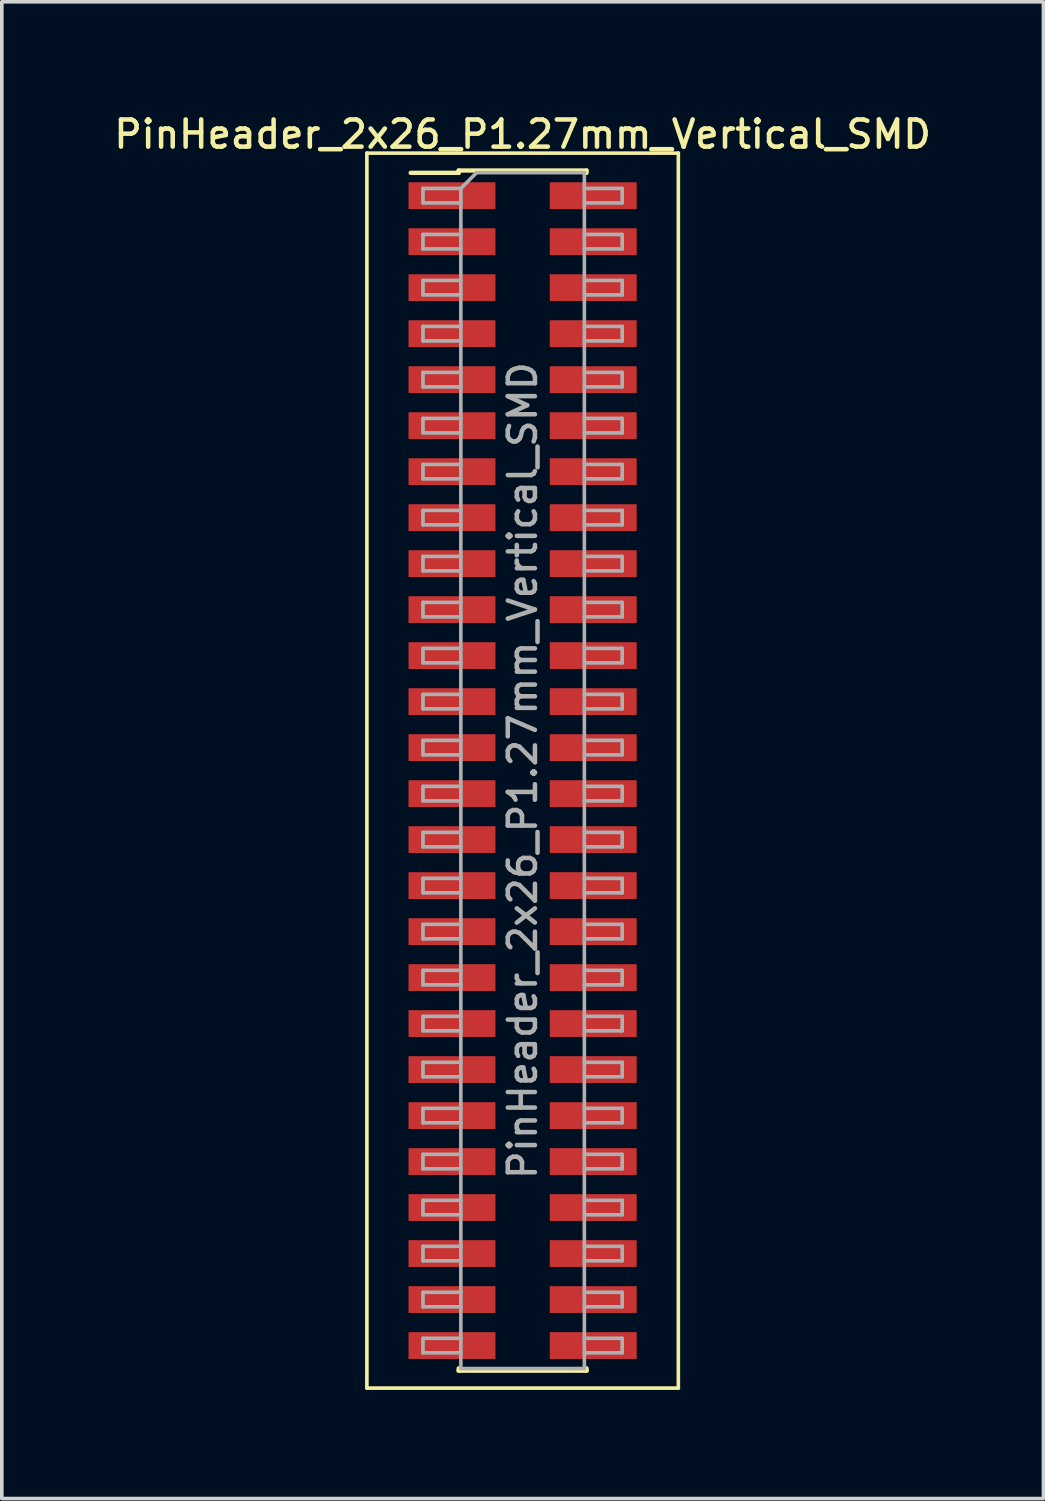
<source format=kicad_pcb>
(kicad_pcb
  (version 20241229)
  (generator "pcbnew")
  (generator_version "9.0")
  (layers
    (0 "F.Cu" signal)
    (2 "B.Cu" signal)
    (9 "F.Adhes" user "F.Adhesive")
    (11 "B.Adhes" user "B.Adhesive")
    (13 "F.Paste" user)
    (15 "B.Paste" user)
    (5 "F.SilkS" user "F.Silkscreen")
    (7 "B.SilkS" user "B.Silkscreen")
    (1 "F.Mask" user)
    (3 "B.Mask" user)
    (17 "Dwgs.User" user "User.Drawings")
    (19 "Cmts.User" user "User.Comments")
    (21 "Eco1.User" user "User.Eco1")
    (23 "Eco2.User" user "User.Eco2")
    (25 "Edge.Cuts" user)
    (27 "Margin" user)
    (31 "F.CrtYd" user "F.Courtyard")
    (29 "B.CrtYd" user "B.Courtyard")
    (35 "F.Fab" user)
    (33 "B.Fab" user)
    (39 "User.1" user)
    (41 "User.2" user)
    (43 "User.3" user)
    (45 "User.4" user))
  (footprint "PinHeader_2x26_P1.27mm_Vertical_SMD"
    (layer "F.Cu")
    (at 11.38 18.228)
    (property "Reference" "PinHeader_2x26_P1.27mm_Vertical_SMD" (at 0 -17.57 0) (layer "F.SilkS") (effects (font (size 0.75 0.75) (thickness 0.125))))
    (attr smd)
    (fp_line (start -4.3 -17.05) (end -4.3 17.05) (stroke (width 0.1) (type solid)) (layer "F.SilkS"))
    (fp_line (start -4.3 17.05) (end 4.3 17.05) (stroke (width 0.1) (type solid)) (layer "F.SilkS"))
    (fp_line (start -3.09 -16.505) (end -1.765 -16.505) (stroke (width 0.12) (type solid)) (layer "F.SilkS"))
    (fp_line (start -1.765 -16.57) (end -1.765 -16.505) (stroke (width 0.12) (type solid)) (layer "F.SilkS"))
    (fp_line (start -1.765 -16.57) (end 1.765 -16.57) (stroke (width 0.12) (type solid)) (layer "F.SilkS"))
    (fp_line (start -1.765 16.505) (end -1.765 16.57) (stroke (width 0.12) (type solid)) (layer "F.SilkS"))
    (fp_line (start -1.765 16.57) (end 1.765 16.57) (stroke (width 0.12) (type solid)) (layer "F.SilkS"))
    (fp_line (start 1.765 -16.57) (end 1.765 -16.505) (stroke (width 0.12) (type solid)) (layer "F.SilkS"))
    (fp_line (start 1.765 16.505) (end 1.765 16.57) (stroke (width 0.12) (type solid)) (layer "F.SilkS"))
    (fp_line (start 4.3 -17.05) (end -4.3 -17.05) (stroke (width 0.1) (type solid)) (layer "F.SilkS"))
    (fp_line (start 4.3 17.05) (end 4.3 -17.05) (stroke (width 0.1) (type solid)) (layer "F.SilkS"))
    (fp_line (start -2.75 -16.075) (end -2.75 -15.675) (stroke (width 0.1) (type solid)) (layer "F.Fab"))
    (fp_line (start -2.75 -15.675) (end -1.705 -15.675) (stroke (width 0.1) (type solid)) (layer "F.Fab"))
    (fp_line (start -2.75 -14.805) (end -2.75 -14.405) (stroke (width 0.1) (type solid)) (layer "F.Fab"))
    (fp_line (start -2.75 -14.405) (end -1.705 -14.405) (stroke (width 0.1) (type solid)) (layer "F.Fab"))
    (fp_line (start -2.75 -13.535) (end -2.75 -13.135) (stroke (width 0.1) (type solid)) (layer "F.Fab"))
    (fp_line (start -2.75 -13.135) (end -1.705 -13.135) (stroke (width 0.1) (type solid)) (layer "F.Fab"))
    (fp_line (start -2.75 -12.265) (end -2.75 -11.865) (stroke (width 0.1) (type solid)) (layer "F.Fab"))
    (fp_line (start -2.75 -11.865) (end -1.705 -11.865) (stroke (width 0.1) (type solid)) (layer "F.Fab"))
    (fp_line (start -2.75 -10.995) (end -2.75 -10.595) (stroke (width 0.1) (type solid)) (layer "F.Fab"))
    (fp_line (start -2.75 -10.595) (end -1.705 -10.595) (stroke (width 0.1) (type solid)) (layer "F.Fab"))
    (fp_line (start -2.75 -9.725) (end -2.75 -9.325) (stroke (width 0.1) (type solid)) (layer "F.Fab"))
    (fp_line (start -2.75 -9.325) (end -1.705 -9.325) (stroke (width 0.1) (type solid)) (layer "F.Fab"))
    (fp_line (start -2.75 -8.455) (end -2.75 -8.055) (stroke (width 0.1) (type solid)) (layer "F.Fab"))
    (fp_line (start -2.75 -8.055) (end -1.705 -8.055) (stroke (width 0.1) (type solid)) (layer "F.Fab"))
    (fp_line (start -2.75 -7.185) (end -2.75 -6.785) (stroke (width 0.1) (type solid)) (layer "F.Fab"))
    (fp_line (start -2.75 -6.785) (end -1.705 -6.785) (stroke (width 0.1) (type solid)) (layer "F.Fab"))
    (fp_line (start -2.75 -5.915) (end -2.75 -5.515) (stroke (width 0.1) (type solid)) (layer "F.Fab"))
    (fp_line (start -2.75 -5.515) (end -1.705 -5.515) (stroke (width 0.1) (type solid)) (layer "F.Fab"))
    (fp_line (start -2.75 -4.645) (end -2.75 -4.245) (stroke (width 0.1) (type solid)) (layer "F.Fab"))
    (fp_line (start -2.75 -4.245) (end -1.705 -4.245) (stroke (width 0.1) (type solid)) (layer "F.Fab"))
    (fp_line (start -2.75 -3.375) (end -2.75 -2.975) (stroke (width 0.1) (type solid)) (layer "F.Fab"))
    (fp_line (start -2.75 -2.975) (end -1.705 -2.975) (stroke (width 0.1) (type solid)) (layer "F.Fab"))
    (fp_line (start -2.75 -2.105) (end -2.75 -1.705) (stroke (width 0.1) (type solid)) (layer "F.Fab"))
    (fp_line (start -2.75 -1.705) (end -1.705 -1.705) (stroke (width 0.1) (type solid)) (layer "F.Fab"))
    (fp_line (start -2.75 -0.835) (end -2.75 -0.435) (stroke (width 0.1) (type solid)) (layer "F.Fab"))
    (fp_line (start -2.75 -0.435) (end -1.705 -0.435) (stroke (width 0.1) (type solid)) (layer "F.Fab"))
    (fp_line (start -2.75 0.435) (end -2.75 0.835) (stroke (width 0.1) (type solid)) (layer "F.Fab"))
    (fp_line (start -2.75 0.835) (end -1.705 0.835) (stroke (width 0.1) (type solid)) (layer "F.Fab"))
    (fp_line (start -2.75 1.705) (end -2.75 2.105) (stroke (width 0.1) (type solid)) (layer "F.Fab"))
    (fp_line (start -2.75 2.105) (end -1.705 2.105) (stroke (width 0.1) (type solid)) (layer "F.Fab"))
    (fp_line (start -2.75 2.975) (end -2.75 3.375) (stroke (width 0.1) (type solid)) (layer "F.Fab"))
    (fp_line (start -2.75 3.375) (end -1.705 3.375) (stroke (width 0.1) (type solid)) (layer "F.Fab"))
    (fp_line (start -2.75 4.245) (end -2.75 4.645) (stroke (width 0.1) (type solid)) (layer "F.Fab"))
    (fp_line (start -2.75 4.645) (end -1.705 4.645) (stroke (width 0.1) (type solid)) (layer "F.Fab"))
    (fp_line (start -2.75 5.515) (end -2.75 5.915) (stroke (width 0.1) (type solid)) (layer "F.Fab"))
    (fp_line (start -2.75 5.915) (end -1.705 5.915) (stroke (width 0.1) (type solid)) (layer "F.Fab"))
    (fp_line (start -2.75 6.785) (end -2.75 7.185) (stroke (width 0.1) (type solid)) (layer "F.Fab"))
    (fp_line (start -2.75 7.185) (end -1.705 7.185) (stroke (width 0.1) (type solid)) (layer "F.Fab"))
    (fp_line (start -2.75 8.055) (end -2.75 8.455) (stroke (width 0.1) (type solid)) (layer "F.Fab"))
    (fp_line (start -2.75 8.455) (end -1.705 8.455) (stroke (width 0.1) (type solid)) (layer "F.Fab"))
    (fp_line (start -2.75 9.325) (end -2.75 9.725) (stroke (width 0.1) (type solid)) (layer "F.Fab"))
    (fp_line (start -2.75 9.725) (end -1.705 9.725) (stroke (width 0.1) (type solid)) (layer "F.Fab"))
    (fp_line (start -2.75 10.595) (end -2.75 10.995) (stroke (width 0.1) (type solid)) (layer "F.Fab"))
    (fp_line (start -2.75 10.995) (end -1.705 10.995) (stroke (width 0.1) (type solid)) (layer "F.Fab"))
    (fp_line (start -2.75 11.865) (end -2.75 12.265) (stroke (width 0.1) (type solid)) (layer "F.Fab"))
    (fp_line (start -2.75 12.265) (end -1.705 12.265) (stroke (width 0.1) (type solid)) (layer "F.Fab"))
    (fp_line (start -2.75 13.135) (end -2.75 13.535) (stroke (width 0.1) (type solid)) (layer "F.Fab"))
    (fp_line (start -2.75 13.535) (end -1.705 13.535) (stroke (width 0.1) (type solid)) (layer "F.Fab"))
    (fp_line (start -2.75 14.405) (end -2.75 14.805) (stroke (width 0.1) (type solid)) (layer "F.Fab"))
    (fp_line (start -2.75 14.805) (end -1.705 14.805) (stroke (width 0.1) (type solid)) (layer "F.Fab"))
    (fp_line (start -2.75 15.675) (end -2.75 16.075) (stroke (width 0.1) (type solid)) (layer "F.Fab"))
    (fp_line (start -2.75 16.075) (end -1.705 16.075) (stroke (width 0.1) (type solid)) (layer "F.Fab"))
    (fp_line (start -1.705 -16.075) (end -2.75 -16.075) (stroke (width 0.1) (type solid)) (layer "F.Fab"))
    (fp_line (start -1.705 -16.075) (end -1.27 -16.51) (stroke (width 0.1) (type solid)) (layer "F.Fab"))
    (fp_line (start -1.705 -14.805) (end -2.75 -14.805) (stroke (width 0.1) (type solid)) (layer "F.Fab"))
    (fp_line (start -1.705 -13.535) (end -2.75 -13.535) (stroke (width 0.1) (type solid)) (layer "F.Fab"))
    (fp_line (start -1.705 -12.265) (end -2.75 -12.265) (stroke (width 0.1) (type solid)) (layer "F.Fab"))
    (fp_line (start -1.705 -10.995) (end -2.75 -10.995) (stroke (width 0.1) (type solid)) (layer "F.Fab"))
    (fp_line (start -1.705 -9.725) (end -2.75 -9.725) (stroke (width 0.1) (type solid)) (layer "F.Fab"))
    (fp_line (start -1.705 -8.455) (end -2.75 -8.455) (stroke (width 0.1) (type solid)) (layer "F.Fab"))
    (fp_line (start -1.705 -7.185) (end -2.75 -7.185) (stroke (width 0.1) (type solid)) (layer "F.Fab"))
    (fp_line (start -1.705 -5.915) (end -2.75 -5.915) (stroke (width 0.1) (type solid)) (layer "F.Fab"))
    (fp_line (start -1.705 -4.645) (end -2.75 -4.645) (stroke (width 0.1) (type solid)) (layer "F.Fab"))
    (fp_line (start -1.705 -3.375) (end -2.75 -3.375) (stroke (width 0.1) (type solid)) (layer "F.Fab"))
    (fp_line (start -1.705 -2.105) (end -2.75 -2.105) (stroke (width 0.1) (type solid)) (layer "F.Fab"))
    (fp_line (start -1.705 -0.835) (end -2.75 -0.835) (stroke (width 0.1) (type solid)) (layer "F.Fab"))
    (fp_line (start -1.705 0.435) (end -2.75 0.435) (stroke (width 0.1) (type solid)) (layer "F.Fab"))
    (fp_line (start -1.705 1.705) (end -2.75 1.705) (stroke (width 0.1) (type solid)) (layer "F.Fab"))
    (fp_line (start -1.705 2.975) (end -2.75 2.975) (stroke (width 0.1) (type solid)) (layer "F.Fab"))
    (fp_line (start -1.705 4.245) (end -2.75 4.245) (stroke (width 0.1) (type solid)) (layer "F.Fab"))
    (fp_line (start -1.705 5.515) (end -2.75 5.515) (stroke (width 0.1) (type solid)) (layer "F.Fab"))
    (fp_line (start -1.705 6.785) (end -2.75 6.785) (stroke (width 0.1) (type solid)) (layer "F.Fab"))
    (fp_line (start -1.705 8.055) (end -2.75 8.055) (stroke (width 0.1) (type solid)) (layer "F.Fab"))
    (fp_line (start -1.705 9.325) (end -2.75 9.325) (stroke (width 0.1) (type solid)) (layer "F.Fab"))
    (fp_line (start -1.705 10.595) (end -2.75 10.595) (stroke (width 0.1) (type solid)) (layer "F.Fab"))
    (fp_line (start -1.705 11.865) (end -2.75 11.865) (stroke (width 0.1) (type solid)) (layer "F.Fab"))
    (fp_line (start -1.705 13.135) (end -2.75 13.135) (stroke (width 0.1) (type solid)) (layer "F.Fab"))
    (fp_line (start -1.705 14.405) (end -2.75 14.405) (stroke (width 0.1) (type solid)) (layer "F.Fab"))
    (fp_line (start -1.705 15.675) (end -2.75 15.675) (stroke (width 0.1) (type solid)) (layer "F.Fab"))
    (fp_line (start -1.705 16.51) (end -1.705 -16.075) (stroke (width 0.1) (type solid)) (layer "F.Fab"))
    (fp_line (start -1.27 -16.51) (end 1.705 -16.51) (stroke (width 0.1) (type solid)) (layer "F.Fab"))
    (fp_line (start 1.705 -16.51) (end 1.705 16.51) (stroke (width 0.1) (type solid)) (layer "F.Fab"))
    (fp_line (start 1.705 -16.075) (end 2.75 -16.075) (stroke (width 0.1) (type solid)) (layer "F.Fab"))
    (fp_line (start 1.705 -14.805) (end 2.75 -14.805) (stroke (width 0.1) (type solid)) (layer "F.Fab"))
    (fp_line (start 1.705 -13.535) (end 2.75 -13.535) (stroke (width 0.1) (type solid)) (layer "F.Fab"))
    (fp_line (start 1.705 -12.265) (end 2.75 -12.265) (stroke (width 0.1) (type solid)) (layer "F.Fab"))
    (fp_line (start 1.705 -10.995) (end 2.75 -10.995) (stroke (width 0.1) (type solid)) (layer "F.Fab"))
    (fp_line (start 1.705 -9.725) (end 2.75 -9.725) (stroke (width 0.1) (type solid)) (layer "F.Fab"))
    (fp_line (start 1.705 -8.455) (end 2.75 -8.455) (stroke (width 0.1) (type solid)) (layer "F.Fab"))
    (fp_line (start 1.705 -7.185) (end 2.75 -7.185) (stroke (width 0.1) (type solid)) (layer "F.Fab"))
    (fp_line (start 1.705 -5.915) (end 2.75 -5.915) (stroke (width 0.1) (type solid)) (layer "F.Fab"))
    (fp_line (start 1.705 -4.645) (end 2.75 -4.645) (stroke (width 0.1) (type solid)) (layer "F.Fab"))
    (fp_line (start 1.705 -3.375) (end 2.75 -3.375) (stroke (width 0.1) (type solid)) (layer "F.Fab"))
    (fp_line (start 1.705 -2.105) (end 2.75 -2.105) (stroke (width 0.1) (type solid)) (layer "F.Fab"))
    (fp_line (start 1.705 -0.835) (end 2.75 -0.835) (stroke (width 0.1) (type solid)) (layer "F.Fab"))
    (fp_line (start 1.705 0.435) (end 2.75 0.435) (stroke (width 0.1) (type solid)) (layer "F.Fab"))
    (fp_line (start 1.705 1.705) (end 2.75 1.705) (stroke (width 0.1) (type solid)) (layer "F.Fab"))
    (fp_line (start 1.705 2.975) (end 2.75 2.975) (stroke (width 0.1) (type solid)) (layer "F.Fab"))
    (fp_line (start 1.705 4.245) (end 2.75 4.245) (stroke (width 0.1) (type solid)) (layer "F.Fab"))
    (fp_line (start 1.705 5.515) (end 2.75 5.515) (stroke (width 0.1) (type solid)) (layer "F.Fab"))
    (fp_line (start 1.705 6.785) (end 2.75 6.785) (stroke (width 0.1) (type solid)) (layer "F.Fab"))
    (fp_line (start 1.705 8.055) (end 2.75 8.055) (stroke (width 0.1) (type solid)) (layer "F.Fab"))
    (fp_line (start 1.705 9.325) (end 2.75 9.325) (stroke (width 0.1) (type solid)) (layer "F.Fab"))
    (fp_line (start 1.705 10.595) (end 2.75 10.595) (stroke (width 0.1) (type solid)) (layer "F.Fab"))
    (fp_line (start 1.705 11.865) (end 2.75 11.865) (stroke (width 0.1) (type solid)) (layer "F.Fab"))
    (fp_line (start 1.705 13.135) (end 2.75 13.135) (stroke (width 0.1) (type solid)) (layer "F.Fab"))
    (fp_line (start 1.705 14.405) (end 2.75 14.405) (stroke (width 0.1) (type solid)) (layer "F.Fab"))
    (fp_line (start 1.705 15.675) (end 2.75 15.675) (stroke (width 0.1) (type solid)) (layer "F.Fab"))
    (fp_line (start 1.705 16.51) (end -1.705 16.51) (stroke (width 0.1) (type solid)) (layer "F.Fab"))
    (fp_line (start 2.75 -16.075) (end 2.75 -15.675) (stroke (width 0.1) (type solid)) (layer "F.Fab"))
    (fp_line (start 2.75 -15.675) (end 1.705 -15.675) (stroke (width 0.1) (type solid)) (layer "F.Fab"))
    (fp_line (start 2.75 -14.805) (end 2.75 -14.405) (stroke (width 0.1) (type solid)) (layer "F.Fab"))
    (fp_line (start 2.75 -14.405) (end 1.705 -14.405) (stroke (width 0.1) (type solid)) (layer "F.Fab"))
    (fp_line (start 2.75 -13.535) (end 2.75 -13.135) (stroke (width 0.1) (type solid)) (layer "F.Fab"))
    (fp_line (start 2.75 -13.135) (end 1.705 -13.135) (stroke (width 0.1) (type solid)) (layer "F.Fab"))
    (fp_line (start 2.75 -12.265) (end 2.75 -11.865) (stroke (width 0.1) (type solid)) (layer "F.Fab"))
    (fp_line (start 2.75 -11.865) (end 1.705 -11.865) (stroke (width 0.1) (type solid)) (layer "F.Fab"))
    (fp_line (start 2.75 -10.995) (end 2.75 -10.595) (stroke (width 0.1) (type solid)) (layer "F.Fab"))
    (fp_line (start 2.75 -10.595) (end 1.705 -10.595) (stroke (width 0.1) (type solid)) (layer "F.Fab"))
    (fp_line (start 2.75 -9.725) (end 2.75 -9.325) (stroke (width 0.1) (type solid)) (layer "F.Fab"))
    (fp_line (start 2.75 -9.325) (end 1.705 -9.325) (stroke (width 0.1) (type solid)) (layer "F.Fab"))
    (fp_line (start 2.75 -8.455) (end 2.75 -8.055) (stroke (width 0.1) (type solid)) (layer "F.Fab"))
    (fp_line (start 2.75 -8.055) (end 1.705 -8.055) (stroke (width 0.1) (type solid)) (layer "F.Fab"))
    (fp_line (start 2.75 -7.185) (end 2.75 -6.785) (stroke (width 0.1) (type solid)) (layer "F.Fab"))
    (fp_line (start 2.75 -6.785) (end 1.705 -6.785) (stroke (width 0.1) (type solid)) (layer "F.Fab"))
    (fp_line (start 2.75 -5.915) (end 2.75 -5.515) (stroke (width 0.1) (type solid)) (layer "F.Fab"))
    (fp_line (start 2.75 -5.515) (end 1.705 -5.515) (stroke (width 0.1) (type solid)) (layer "F.Fab"))
    (fp_line (start 2.75 -4.645) (end 2.75 -4.245) (stroke (width 0.1) (type solid)) (layer "F.Fab"))
    (fp_line (start 2.75 -4.245) (end 1.705 -4.245) (stroke (width 0.1) (type solid)) (layer "F.Fab"))
    (fp_line (start 2.75 -3.375) (end 2.75 -2.975) (stroke (width 0.1) (type solid)) (layer "F.Fab"))
    (fp_line (start 2.75 -2.975) (end 1.705 -2.975) (stroke (width 0.1) (type solid)) (layer "F.Fab"))
    (fp_line (start 2.75 -2.105) (end 2.75 -1.705) (stroke (width 0.1) (type solid)) (layer "F.Fab"))
    (fp_line (start 2.75 -1.705) (end 1.705 -1.705) (stroke (width 0.1) (type solid)) (layer "F.Fab"))
    (fp_line (start 2.75 -0.835) (end 2.75 -0.435) (stroke (width 0.1) (type solid)) (layer "F.Fab"))
    (fp_line (start 2.75 -0.435) (end 1.705 -0.435) (stroke (width 0.1) (type solid)) (layer "F.Fab"))
    (fp_line (start 2.75 0.435) (end 2.75 0.835) (stroke (width 0.1) (type solid)) (layer "F.Fab"))
    (fp_line (start 2.75 0.835) (end 1.705 0.835) (stroke (width 0.1) (type solid)) (layer "F.Fab"))
    (fp_line (start 2.75 1.705) (end 2.75 2.105) (stroke (width 0.1) (type solid)) (layer "F.Fab"))
    (fp_line (start 2.75 2.105) (end 1.705 2.105) (stroke (width 0.1) (type solid)) (layer "F.Fab"))
    (fp_line (start 2.75 2.975) (end 2.75 3.375) (stroke (width 0.1) (type solid)) (layer "F.Fab"))
    (fp_line (start 2.75 3.375) (end 1.705 3.375) (stroke (width 0.1) (type solid)) (layer "F.Fab"))
    (fp_line (start 2.75 4.245) (end 2.75 4.645) (stroke (width 0.1) (type solid)) (layer "F.Fab"))
    (fp_line (start 2.75 4.645) (end 1.705 4.645) (stroke (width 0.1) (type solid)) (layer "F.Fab"))
    (fp_line (start 2.75 5.515) (end 2.75 5.915) (stroke (width 0.1) (type solid)) (layer "F.Fab"))
    (fp_line (start 2.75 5.915) (end 1.705 5.915) (stroke (width 0.1) (type solid)) (layer "F.Fab"))
    (fp_line (start 2.75 6.785) (end 2.75 7.185) (stroke (width 0.1) (type solid)) (layer "F.Fab"))
    (fp_line (start 2.75 7.185) (end 1.705 7.185) (stroke (width 0.1) (type solid)) (layer "F.Fab"))
    (fp_line (start 2.75 8.055) (end 2.75 8.455) (stroke (width 0.1) (type solid)) (layer "F.Fab"))
    (fp_line (start 2.75 8.455) (end 1.705 8.455) (stroke (width 0.1) (type solid)) (layer "F.Fab"))
    (fp_line (start 2.75 9.325) (end 2.75 9.725) (stroke (width 0.1) (type solid)) (layer "F.Fab"))
    (fp_line (start 2.75 9.725) (end 1.705 9.725) (stroke (width 0.1) (type solid)) (layer "F.Fab"))
    (fp_line (start 2.75 10.595) (end 2.75 10.995) (stroke (width 0.1) (type solid)) (layer "F.Fab"))
    (fp_line (start 2.75 10.995) (end 1.705 10.995) (stroke (width 0.1) (type solid)) (layer "F.Fab"))
    (fp_line (start 2.75 11.865) (end 2.75 12.265) (stroke (width 0.1) (type solid)) (layer "F.Fab"))
    (fp_line (start 2.75 12.265) (end 1.705 12.265) (stroke (width 0.1) (type solid)) (layer "F.Fab"))
    (fp_line (start 2.75 13.135) (end 2.75 13.535) (stroke (width 0.1) (type solid)) (layer "F.Fab"))
    (fp_line (start 2.75 13.535) (end 1.705 13.535) (stroke (width 0.1) (type solid)) (layer "F.Fab"))
    (fp_line (start 2.75 14.405) (end 2.75 14.805) (stroke (width 0.1) (type solid)) (layer "F.Fab"))
    (fp_line (start 2.75 14.805) (end 1.705 14.805) (stroke (width 0.1) (type solid)) (layer "F.Fab"))
    (fp_line (start 2.75 15.675) (end 2.75 16.075) (stroke (width 0.1) (type solid)) (layer "F.Fab"))
    (fp_line (start 2.75 16.075) (end 1.705 16.075) (stroke (width 0.1) (type solid)) (layer "F.Fab"))
    (fp_text user "${REFERENCE}" (at 0 0 90) (layer "F.Fab") (effects (font (size 0.75 0.75) (thickness 0.125))))
    (pad "1" smd rect (at -1.95 -15.875) (size 2.4 0.74) (layers "F.Cu" "F.Mask" "F.Paste"))
    (pad "2" smd rect (at 1.95 -15.875) (size 2.4 0.74) (layers "F.Cu" "F.Mask" "F.Paste"))
    (pad "3" smd rect (at -1.95 -14.605) (size 2.4 0.74) (layers "F.Cu" "F.Mask" "F.Paste"))
    (pad "4" smd rect (at 1.95 -14.605) (size 2.4 0.74) (layers "F.Cu" "F.Mask" "F.Paste"))
    (pad "5" smd rect (at -1.95 -13.335) (size 2.4 0.74) (layers "F.Cu" "F.Mask" "F.Paste"))
    (pad "6" smd rect (at 1.95 -13.335) (size 2.4 0.74) (layers "F.Cu" "F.Mask" "F.Paste"))
    (pad "7" smd rect (at -1.95 -12.065) (size 2.4 0.74) (layers "F.Cu" "F.Mask" "F.Paste"))
    (pad "8" smd rect (at 1.95 -12.065) (size 2.4 0.74) (layers "F.Cu" "F.Mask" "F.Paste"))
    (pad "9" smd rect (at -1.95 -10.795) (size 2.4 0.74) (layers "F.Cu" "F.Mask" "F.Paste"))
    (pad "10" smd rect (at 1.95 -10.795) (size 2.4 0.74) (layers "F.Cu" "F.Mask" "F.Paste"))
    (pad "11" smd rect (at -1.95 -9.525) (size 2.4 0.74) (layers "F.Cu" "F.Mask" "F.Paste"))
    (pad "12" smd rect (at 1.95 -9.525) (size 2.4 0.74) (layers "F.Cu" "F.Mask" "F.Paste"))
    (pad "13" smd rect (at -1.95 -8.255) (size 2.4 0.74) (layers "F.Cu" "F.Mask" "F.Paste"))
    (pad "14" smd rect (at 1.95 -8.255) (size 2.4 0.74) (layers "F.Cu" "F.Mask" "F.Paste"))
    (pad "15" smd rect (at -1.95 -6.985) (size 2.4 0.74) (layers "F.Cu" "F.Mask" "F.Paste"))
    (pad "16" smd rect (at 1.95 -6.985) (size 2.4 0.74) (layers "F.Cu" "F.Mask" "F.Paste"))
    (pad "17" smd rect (at -1.95 -5.715) (size 2.4 0.74) (layers "F.Cu" "F.Mask" "F.Paste"))
    (pad "18" smd rect (at 1.95 -5.715) (size 2.4 0.74) (layers "F.Cu" "F.Mask" "F.Paste"))
    (pad "19" smd rect (at -1.95 -4.445) (size 2.4 0.74) (layers "F.Cu" "F.Mask" "F.Paste"))
    (pad "20" smd rect (at 1.95 -4.445) (size 2.4 0.74) (layers "F.Cu" "F.Mask" "F.Paste"))
    (pad "21" smd rect (at -1.95 -3.175) (size 2.4 0.74) (layers "F.Cu" "F.Mask" "F.Paste"))
    (pad "22" smd rect (at 1.95 -3.175) (size 2.4 0.74) (layers "F.Cu" "F.Mask" "F.Paste"))
    (pad "23" smd rect (at -1.95 -1.905) (size 2.4 0.74) (layers "F.Cu" "F.Mask" "F.Paste"))
    (pad "24" smd rect (at 1.95 -1.905) (size 2.4 0.74) (layers "F.Cu" "F.Mask" "F.Paste"))
    (pad "25" smd rect (at -1.95 -0.635) (size 2.4 0.74) (layers "F.Cu" "F.Mask" "F.Paste"))
    (pad "26" smd rect (at 1.95 -0.635) (size 2.4 0.74) (layers "F.Cu" "F.Mask" "F.Paste"))
    (pad "27" smd rect (at -1.95 0.635) (size 2.4 0.74) (layers "F.Cu" "F.Mask" "F.Paste"))
    (pad "28" smd rect (at 1.95 0.635) (size 2.4 0.74) (layers "F.Cu" "F.Mask" "F.Paste"))
    (pad "29" smd rect (at -1.95 1.905) (size 2.4 0.74) (layers "F.Cu" "F.Mask" "F.Paste"))
    (pad "30" smd rect (at 1.95 1.905) (size 2.4 0.74) (layers "F.Cu" "F.Mask" "F.Paste"))
    (pad "31" smd rect (at -1.95 3.175) (size 2.4 0.74) (layers "F.Cu" "F.Mask" "F.Paste"))
    (pad "32" smd rect (at 1.95 3.175) (size 2.4 0.74) (layers "F.Cu" "F.Mask" "F.Paste"))
    (pad "33" smd rect (at -1.95 4.445) (size 2.4 0.74) (layers "F.Cu" "F.Mask" "F.Paste"))
    (pad "34" smd rect (at 1.95 4.445) (size 2.4 0.74) (layers "F.Cu" "F.Mask" "F.Paste"))
    (pad "35" smd rect (at -1.95 5.715) (size 2.4 0.74) (layers "F.Cu" "F.Mask" "F.Paste"))
    (pad "36" smd rect (at 1.95 5.715) (size 2.4 0.74) (layers "F.Cu" "F.Mask" "F.Paste"))
    (pad "37" smd rect (at -1.95 6.985) (size 2.4 0.74) (layers "F.Cu" "F.Mask" "F.Paste"))
    (pad "38" smd rect (at 1.95 6.985) (size 2.4 0.74) (layers "F.Cu" "F.Mask" "F.Paste"))
    (pad "39" smd rect (at -1.95 8.255) (size 2.4 0.74) (layers "F.Cu" "F.Mask" "F.Paste"))
    (pad "40" smd rect (at 1.95 8.255) (size 2.4 0.74) (layers "F.Cu" "F.Mask" "F.Paste"))
    (pad "41" smd rect (at -1.95 9.525) (size 2.4 0.74) (layers "F.Cu" "F.Mask" "F.Paste"))
    (pad "42" smd rect (at 1.95 9.525) (size 2.4 0.74) (layers "F.Cu" "F.Mask" "F.Paste"))
    (pad "43" smd rect (at -1.95 10.795) (size 2.4 0.74) (layers "F.Cu" "F.Mask" "F.Paste"))
    (pad "44" smd rect (at 1.95 10.795) (size 2.4 0.74) (layers "F.Cu" "F.Mask" "F.Paste"))
    (pad "45" smd rect (at -1.95 12.065) (size 2.4 0.74) (layers "F.Cu" "F.Mask" "F.Paste"))
    (pad "46" smd rect (at 1.95 12.065) (size 2.4 0.74) (layers "F.Cu" "F.Mask" "F.Paste"))
    (pad "47" smd rect (at -1.95 13.335) (size 2.4 0.74) (layers "F.Cu" "F.Mask" "F.Paste"))
    (pad "48" smd rect (at 1.95 13.335) (size 2.4 0.74) (layers "F.Cu" "F.Mask" "F.Paste"))
    (pad "49" smd rect (at -1.95 14.605) (size 2.4 0.74) (layers "F.Cu" "F.Mask" "F.Paste"))
    (pad "50" smd rect (at 1.95 14.605) (size 2.4 0.74) (layers "F.Cu" "F.Mask" "F.Paste"))
    (pad "51" smd rect (at -1.95 15.875) (size 2.4 0.74) (layers "F.Cu" "F.Mask" "F.Paste"))
    (pad "52" smd rect (at 1.95 15.875) (size 2.4 0.74) (layers "F.Cu" "F.Mask" "F.Paste")))
  (gr_rect
    (start -3 -3)
    (end 25.761 38.328)
    (stroke (width 0.1) (type default))
    (fill no)
    (layer "Edge.Cuts")))
</source>
